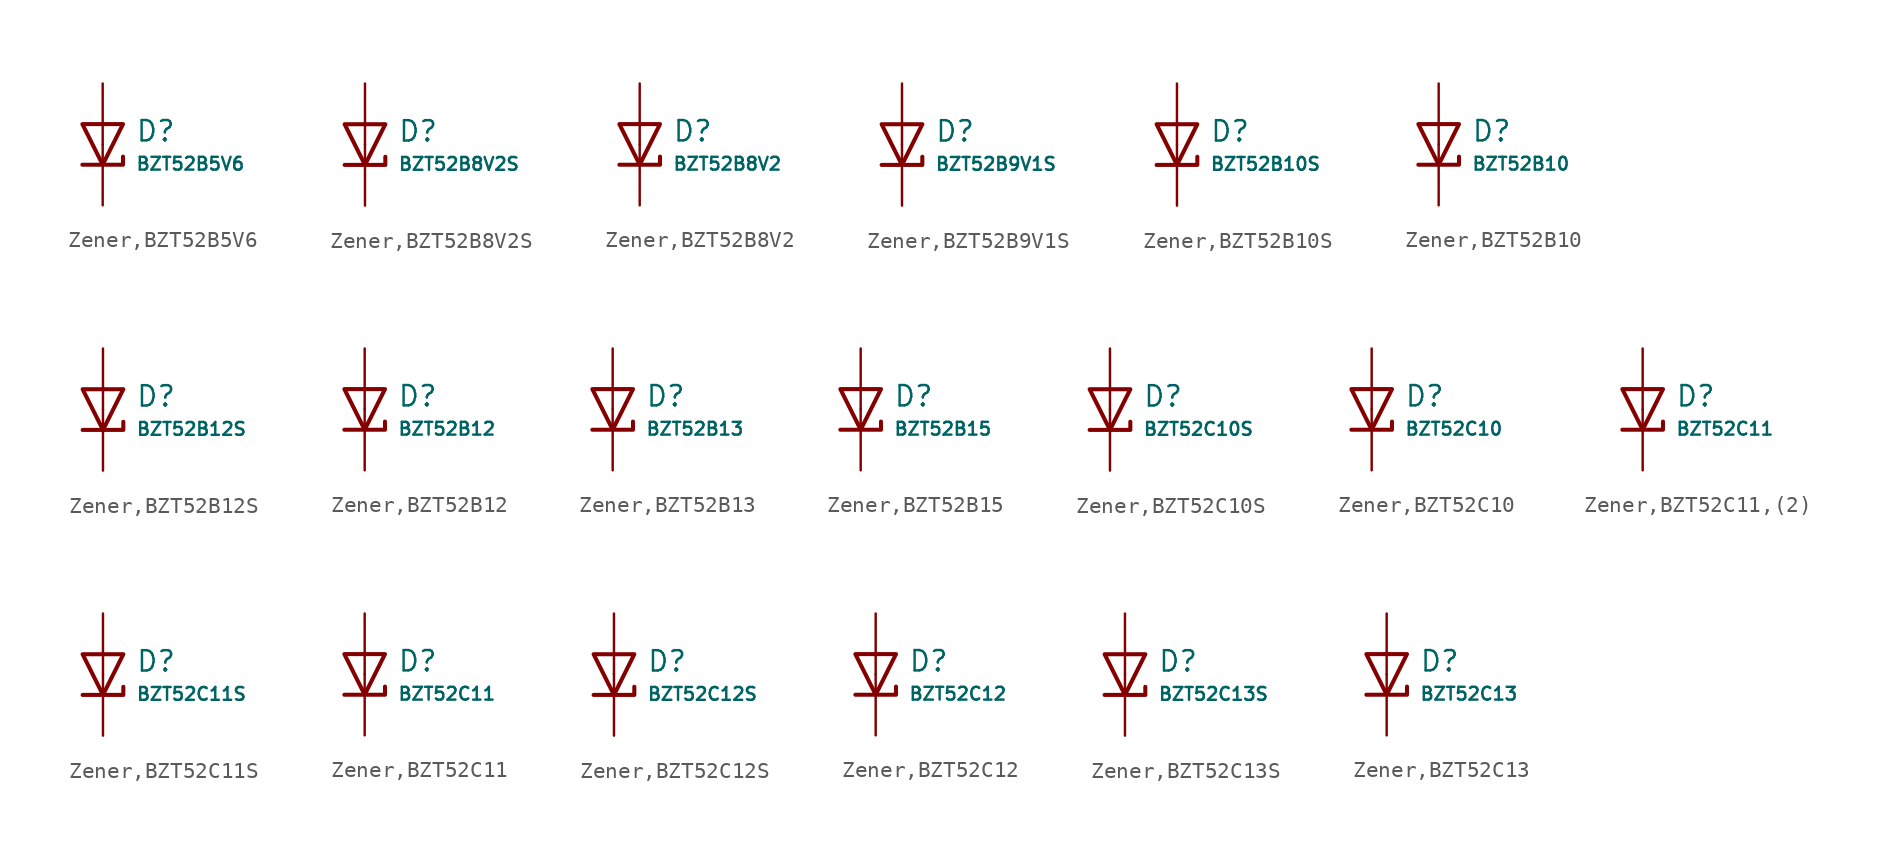
<source format=kicad_sym>
(kicad_symbol_lib
  (version 20231120)
  (generator "CDFER")
  (generator_version "8.0")
  (symbol "Zener,BZT52B5V6"
    (pin_numbers hide)
    (pin_names
      (offset 0))
    (property "Reference" "D"
      (at 2.032 0.834 0)
      (effects (font (size 1.27 1.27)) (justify left)))
    (property "Value" "BZT52B5V6"
      (at 2.032 -1.212 0)
      (effects (font (size 0.8 0.8)) (justify left)))
    (symbol "Zener,BZT52B5V6_0_1"
      (polyline (pts (xy -1.27 1.27) (xy 0.00 -1.27) (xy 1.27 1.27) (xy -1.27 1.27)) (stroke (width 0.254) (type default)) (fill (type none))))
    (symbol "Zener,BZT52B5V6_0_1"
      (polyline (pts (xy -1.27 -1.27) (xy 1.27 -1.27) (xy 1.27 -0.762)) (stroke (width 0.254) (type default)) (fill (type none))))
    (symbol "Zener,BZT52B5V6_1_1"
      (pin passive line (at 0 3.81 270) (length 3.81) (name "~" (effects (font (size 1.27 1.27)))) (number "2" (effects (font (size 1.27 1.27)))))
      (pin passive line (at 0 -3.81 90) (length 3.81) (name "~" (effects (font (size 1.27 1.27)))) (number "1" (effects (font (size 1.27 1.27)))))))
  (symbol "Zener,BZT52B8V2S"
    (pin_numbers hide)
    (pin_names
      (offset 0))
    (property "Reference" "D"
      (at 2.032 0.834 0)
      (effects (font (size 1.27 1.27)) (justify left)))
    (property "Value" "BZT52B8V2S"
      (at 2.032 -1.212 0)
      (effects (font (size 0.8 0.8)) (justify left)))
    (symbol "Zener,BZT52B8V2S_0_1"
      (polyline (pts (xy -1.27 1.27) (xy 0.00 -1.27) (xy 1.27 1.27) (xy -1.27 1.27)) (stroke (width 0.254) (type default)) (fill (type none))))
    (symbol "Zener,BZT52B8V2S_0_1"
      (polyline (pts (xy -1.27 -1.27) (xy 1.27 -1.27) (xy 1.27 -0.762)) (stroke (width 0.254) (type default)) (fill (type none))))
    (symbol "Zener,BZT52B8V2S_1_1"
      (pin passive line (at 0 3.81 270) (length 3.81) (name "~" (effects (font (size 1.27 1.27)))) (number "2" (effects (font (size 1.27 1.27)))))
      (pin passive line (at 0 -3.81 90) (length 3.81) (name "~" (effects (font (size 1.27 1.27)))) (number "1" (effects (font (size 1.27 1.27)))))))
  (symbol "Zener,BZT52B8V2"
    (pin_numbers hide)
    (pin_names
      (offset 0))
    (property "Reference" "D"
      (at 2.032 0.834 0)
      (effects (font (size 1.27 1.27)) (justify left)))
    (property "Value" "BZT52B8V2"
      (at 2.032 -1.212 0)
      (effects (font (size 0.8 0.8)) (justify left)))
    (symbol "Zener,BZT52B8V2_0_1"
      (polyline (pts (xy -1.27 1.27) (xy 0.00 -1.27) (xy 1.27 1.27) (xy -1.27 1.27)) (stroke (width 0.254) (type default)) (fill (type none))))
    (symbol "Zener,BZT52B8V2_0_1"
      (polyline (pts (xy -1.27 -1.27) (xy 1.27 -1.27) (xy 1.27 -0.762)) (stroke (width 0.254) (type default)) (fill (type none))))
    (symbol "Zener,BZT52B8V2_1_1"
      (pin passive line (at 0 3.81 270) (length 3.81) (name "~" (effects (font (size 1.27 1.27)))) (number "2" (effects (font (size 1.27 1.27)))))
      (pin passive line (at 0 -3.81 90) (length 3.81) (name "~" (effects (font (size 1.27 1.27)))) (number "1" (effects (font (size 1.27 1.27)))))))
  (symbol "Zener,BZT52B9V1S"
    (pin_numbers hide)
    (pin_names
      (offset 0))
    (property "Reference" "D"
      (at 2.032 0.834 0)
      (effects (font (size 1.27 1.27)) (justify left)))
    (property "Value" "BZT52B9V1S"
      (at 2.032 -1.212 0)
      (effects (font (size 0.8 0.8)) (justify left)))
    (symbol "Zener,BZT52B9V1S_0_1"
      (polyline (pts (xy -1.27 1.27) (xy 0.00 -1.27) (xy 1.27 1.27) (xy -1.27 1.27)) (stroke (width 0.254) (type default)) (fill (type none))))
    (symbol "Zener,BZT52B9V1S_0_1"
      (polyline (pts (xy -1.27 -1.27) (xy 1.27 -1.27) (xy 1.27 -0.762)) (stroke (width 0.254) (type default)) (fill (type none))))
    (symbol "Zener,BZT52B9V1S_1_1"
      (pin passive line (at 0 3.81 270) (length 3.81) (name "~" (effects (font (size 1.27 1.27)))) (number "2" (effects (font (size 1.27 1.27)))))
      (pin passive line (at 0 -3.81 90) (length 3.81) (name "~" (effects (font (size 1.27 1.27)))) (number "1" (effects (font (size 1.27 1.27)))))))
  (symbol "Zener,BZT52B10S"
    (pin_numbers hide)
    (pin_names
      (offset 0))
    (property "Reference" "D"
      (at 2.032 0.834 0)
      (effects (font (size 1.27 1.27)) (justify left)))
    (property "Value" "BZT52B10S"
      (at 2.032 -1.212 0)
      (effects (font (size 0.8 0.8)) (justify left)))
    (symbol "Zener,BZT52B10S_0_1"
      (polyline (pts (xy -1.27 1.27) (xy 0.00 -1.27) (xy 1.27 1.27) (xy -1.27 1.27)) (stroke (width 0.254) (type default)) (fill (type none))))
    (symbol "Zener,BZT52B10S_0_1"
      (polyline (pts (xy -1.27 -1.27) (xy 1.27 -1.27) (xy 1.27 -0.762)) (stroke (width 0.254) (type default)) (fill (type none))))
    (symbol "Zener,BZT52B10S_1_1"
      (pin passive line (at 0 3.81 270) (length 3.81) (name "~" (effects (font (size 1.27 1.27)))) (number "2" (effects (font (size 1.27 1.27)))))
      (pin passive line (at 0 -3.81 90) (length 3.81) (name "~" (effects (font (size 1.27 1.27)))) (number "1" (effects (font (size 1.27 1.27)))))))
  (symbol "Zener,BZT52B10"
    (pin_numbers hide)
    (pin_names
      (offset 0))
    (property "Reference" "D"
      (at 2.032 0.834 0)
      (effects (font (size 1.27 1.27)) (justify left)))
    (property "Value" "BZT52B10"
      (at 2.032 -1.212 0)
      (effects (font (size 0.8 0.8)) (justify left)))
    (symbol "Zener,BZT52B10_0_1"
      (polyline (pts (xy -1.27 1.27) (xy 0.00 -1.27) (xy 1.27 1.27) (xy -1.27 1.27)) (stroke (width 0.254) (type default)) (fill (type none))))
    (symbol "Zener,BZT52B10_0_1"
      (polyline (pts (xy -1.27 -1.27) (xy 1.27 -1.27) (xy 1.27 -0.762)) (stroke (width 0.254) (type default)) (fill (type none))))
    (symbol "Zener,BZT52B10_1_1"
      (pin passive line (at 0 3.81 270) (length 3.81) (name "~" (effects (font (size 1.27 1.27)))) (number "2" (effects (font (size 1.27 1.27)))))
      (pin passive line (at 0 -3.81 90) (length 3.81) (name "~" (effects (font (size 1.27 1.27)))) (number "1" (effects (font (size 1.27 1.27)))))))
  (symbol "Zener,BZT52B12S"
    (pin_numbers hide)
    (pin_names
      (offset 0))
    (property "Reference" "D"
      (at 2.032 0.834 0)
      (effects (font (size 1.27 1.27)) (justify left)))
    (property "Value" "BZT52B12S"
      (at 2.032 -1.212 0)
      (effects (font (size 0.8 0.8)) (justify left)))
    (symbol "Zener,BZT52B12S_0_1"
      (polyline (pts (xy -1.27 1.27) (xy 0.00 -1.27) (xy 1.27 1.27) (xy -1.27 1.27)) (stroke (width 0.254) (type default)) (fill (type none))))
    (symbol "Zener,BZT52B12S_0_1"
      (polyline (pts (xy -1.27 -1.27) (xy 1.27 -1.27) (xy 1.27 -0.762)) (stroke (width 0.254) (type default)) (fill (type none))))
    (symbol "Zener,BZT52B12S_1_1"
      (pin passive line (at 0 3.81 270) (length 3.81) (name "~" (effects (font (size 1.27 1.27)))) (number "2" (effects (font (size 1.27 1.27)))))
      (pin passive line (at 0 -3.81 90) (length 3.81) (name "~" (effects (font (size 1.27 1.27)))) (number "1" (effects (font (size 1.27 1.27)))))))
  (symbol "Zener,BZT52B12"
    (pin_numbers hide)
    (pin_names
      (offset 0))
    (property "Reference" "D"
      (at 2.032 0.834 0)
      (effects (font (size 1.27 1.27)) (justify left)))
    (property "Value" "BZT52B12"
      (at 2.032 -1.212 0)
      (effects (font (size 0.8 0.8)) (justify left)))
    (symbol "Zener,BZT52B12_0_1"
      (polyline (pts (xy -1.27 1.27) (xy 0.00 -1.27) (xy 1.27 1.27) (xy -1.27 1.27)) (stroke (width 0.254) (type default)) (fill (type none))))
    (symbol "Zener,BZT52B12_0_1"
      (polyline (pts (xy -1.27 -1.27) (xy 1.27 -1.27) (xy 1.27 -0.762)) (stroke (width 0.254) (type default)) (fill (type none))))
    (symbol "Zener,BZT52B12_1_1"
      (pin passive line (at 0 3.81 270) (length 3.81) (name "~" (effects (font (size 1.27 1.27)))) (number "2" (effects (font (size 1.27 1.27)))))
      (pin passive line (at 0 -3.81 90) (length 3.81) (name "~" (effects (font (size 1.27 1.27)))) (number "1" (effects (font (size 1.27 1.27)))))))
  (symbol "Zener,BZT52B13"
    (pin_numbers hide)
    (pin_names
      (offset 0))
    (property "Reference" "D"
      (at 2.032 0.834 0)
      (effects (font (size 1.27 1.27)) (justify left)))
    (property "Value" "BZT52B13"
      (at 2.032 -1.212 0)
      (effects (font (size 0.8 0.8)) (justify left)))
    (symbol "Zener,BZT52B13_0_1"
      (polyline (pts (xy -1.27 1.27) (xy 0.00 -1.27) (xy 1.27 1.27) (xy -1.27 1.27)) (stroke (width 0.254) (type default)) (fill (type none))))
    (symbol "Zener,BZT52B13_0_1"
      (polyline (pts (xy -1.27 -1.27) (xy 1.27 -1.27) (xy 1.27 -0.762)) (stroke (width 0.254) (type default)) (fill (type none))))
    (symbol "Zener,BZT52B13_1_1"
      (pin passive line (at 0 3.81 270) (length 3.81) (name "~" (effects (font (size 1.27 1.27)))) (number "2" (effects (font (size 1.27 1.27)))))
      (pin passive line (at 0 -3.81 90) (length 3.81) (name "~" (effects (font (size 1.27 1.27)))) (number "1" (effects (font (size 1.27 1.27)))))))
  (symbol "Zener,BZT52B15"
    (pin_numbers hide)
    (pin_names
      (offset 0))
    (property "Reference" "D"
      (at 2.032 0.834 0)
      (effects (font (size 1.27 1.27)) (justify left)))
    (property "Value" "BZT52B15"
      (at 2.032 -1.212 0)
      (effects (font (size 0.8 0.8)) (justify left)))
    (symbol "Zener,BZT52B15_0_1"
      (polyline (pts (xy -1.27 1.27) (xy 0.00 -1.27) (xy 1.27 1.27) (xy -1.27 1.27)) (stroke (width 0.254) (type default)) (fill (type none))))
    (symbol "Zener,BZT52B15_0_1"
      (polyline (pts (xy -1.27 -1.27) (xy 1.27 -1.27) (xy 1.27 -0.762)) (stroke (width 0.254) (type default)) (fill (type none))))
    (symbol "Zener,BZT52B15_1_1"
      (pin passive line (at 0 3.81 270) (length 3.81) (name "~" (effects (font (size 1.27 1.27)))) (number "2" (effects (font (size 1.27 1.27)))))
      (pin passive line (at 0 -3.81 90) (length 3.81) (name "~" (effects (font (size 1.27 1.27)))) (number "1" (effects (font (size 1.27 1.27)))))))
  (symbol "Zener,BZT52C10S"
    (pin_numbers hide)
    (pin_names
      (offset 0))
    (property "Reference" "D"
      (at 2.032 0.834 0)
      (effects (font (size 1.27 1.27)) (justify left)))
    (property "Value" "BZT52C10S"
      (at 2.032 -1.212 0)
      (effects (font (size 0.8 0.8)) (justify left)))
    (symbol "Zener,BZT52C10S_0_1"
      (polyline (pts (xy -1.27 1.27) (xy 0.00 -1.27) (xy 1.27 1.27) (xy -1.27 1.27)) (stroke (width 0.254) (type default)) (fill (type none))))
    (symbol "Zener,BZT52C10S_0_1"
      (polyline (pts (xy -1.27 -1.27) (xy 1.27 -1.27) (xy 1.27 -0.762)) (stroke (width 0.254) (type default)) (fill (type none))))
    (symbol "Zener,BZT52C10S_1_1"
      (pin passive line (at 0 3.81 270) (length 3.81) (name "~" (effects (font (size 1.27 1.27)))) (number "2" (effects (font (size 1.27 1.27)))))
      (pin passive line (at 0 -3.81 90) (length 3.81) (name "~" (effects (font (size 1.27 1.27)))) (number "1" (effects (font (size 1.27 1.27)))))))
  (symbol "Zener,BZT52C10"
    (pin_numbers hide)
    (pin_names
      (offset 0))
    (property "Reference" "D"
      (at 2.032 0.834 0)
      (effects (font (size 1.27 1.27)) (justify left)))
    (property "Value" "BZT52C10"
      (at 2.032 -1.212 0)
      (effects (font (size 0.8 0.8)) (justify left)))
    (symbol "Zener,BZT52C10_0_1"
      (polyline (pts (xy -1.27 1.27) (xy 0.00 -1.27) (xy 1.27 1.27) (xy -1.27 1.27)) (stroke (width 0.254) (type default)) (fill (type none))))
    (symbol "Zener,BZT52C10_0_1"
      (polyline (pts (xy -1.27 -1.27) (xy 1.27 -1.27) (xy 1.27 -0.762)) (stroke (width 0.254) (type default)) (fill (type none))))
    (symbol "Zener,BZT52C10_1_1"
      (pin passive line (at 0 3.81 270) (length 3.81) (name "~" (effects (font (size 1.27 1.27)))) (number "2" (effects (font (size 1.27 1.27)))))
      (pin passive line (at 0 -3.81 90) (length 3.81) (name "~" (effects (font (size 1.27 1.27)))) (number "1" (effects (font (size 1.27 1.27)))))))
  (symbol "Zener,BZT52C11,(2)"
    (pin_numbers hide)
    (pin_names
      (offset 0))
    (property "Reference" "D"
      (at 2.032 0.834 0)
      (effects (font (size 1.27 1.27)) (justify left)))
    (property "Value" "BZT52C11"
      (at 2.032 -1.212 0)
      (effects (font (size 0.8 0.8)) (justify left)))
    (symbol "Zener,BZT52C11,(2)_0_1"
      (polyline (pts (xy -1.27 1.27) (xy 0.00 -1.27) (xy 1.27 1.27) (xy -1.27 1.27)) (stroke (width 0.254) (type default)) (fill (type none))))
    (symbol "Zener,BZT52C11,(2)_0_1"
      (polyline (pts (xy -1.27 -1.27) (xy 1.27 -1.27) (xy 1.27 -0.762)) (stroke (width 0.254) (type default)) (fill (type none))))
    (symbol "Zener,BZT52C11,(2)_1_1"
      (pin passive line (at 0 3.81 270) (length 3.81) (name "~" (effects (font (size 1.27 1.27)))) (number "2" (effects (font (size 1.27 1.27)))))
      (pin passive line (at 0 -3.81 90) (length 3.81) (name "~" (effects (font (size 1.27 1.27)))) (number "1" (effects (font (size 1.27 1.27)))))))
  (symbol "Zener,BZT52C11S"
    (pin_numbers hide)
    (pin_names
      (offset 0))
    (property "Reference" "D"
      (at 2.032 0.834 0)
      (effects (font (size 1.27 1.27)) (justify left)))
    (property "Value" "BZT52C11S"
      (at 2.032 -1.212 0)
      (effects (font (size 0.8 0.8)) (justify left)))
    (symbol "Zener,BZT52C11S_0_1"
      (polyline (pts (xy -1.27 1.27) (xy 0.00 -1.27) (xy 1.27 1.27) (xy -1.27 1.27)) (stroke (width 0.254) (type default)) (fill (type none))))
    (symbol "Zener,BZT52C11S_0_1"
      (polyline (pts (xy -1.27 -1.27) (xy 1.27 -1.27) (xy 1.27 -0.762)) (stroke (width 0.254) (type default)) (fill (type none))))
    (symbol "Zener,BZT52C11S_1_1"
      (pin passive line (at 0 3.81 270) (length 3.81) (name "~" (effects (font (size 1.27 1.27)))) (number "2" (effects (font (size 1.27 1.27)))))
      (pin passive line (at 0 -3.81 90) (length 3.81) (name "~" (effects (font (size 1.27 1.27)))) (number "1" (effects (font (size 1.27 1.27)))))))
  (symbol "Zener,BZT52C11"
    (pin_numbers hide)
    (pin_names
      (offset 0))
    (property "Reference" "D"
      (at 2.032 0.834 0)
      (effects (font (size 1.27 1.27)) (justify left)))
    (property "Value" "BZT52C11"
      (at 2.032 -1.212 0)
      (effects (font (size 0.8 0.8)) (justify left)))
    (symbol "Zener,BZT52C11_0_1"
      (polyline (pts (xy -1.27 1.27) (xy 0.00 -1.27) (xy 1.27 1.27) (xy -1.27 1.27)) (stroke (width 0.254) (type default)) (fill (type none))))
    (symbol "Zener,BZT52C11_0_1"
      (polyline (pts (xy -1.27 -1.27) (xy 1.27 -1.27) (xy 1.27 -0.762)) (stroke (width 0.254) (type default)) (fill (type none))))
    (symbol "Zener,BZT52C11_1_1"
      (pin passive line (at 0 3.81 270) (length 3.81) (name "~" (effects (font (size 1.27 1.27)))) (number "2" (effects (font (size 1.27 1.27)))))
      (pin passive line (at 0 -3.81 90) (length 3.81) (name "~" (effects (font (size 1.27 1.27)))) (number "1" (effects (font (size 1.27 1.27)))))))
  (symbol "Zener,BZT52C12S"
    (pin_numbers hide)
    (pin_names
      (offset 0))
    (property "Reference" "D"
      (at 2.032 0.834 0)
      (effects (font (size 1.27 1.27)) (justify left)))
    (property "Value" "BZT52C12S"
      (at 2.032 -1.212 0)
      (effects (font (size 0.8 0.8)) (justify left)))
    (symbol "Zener,BZT52C12S_0_1"
      (polyline (pts (xy -1.27 1.27) (xy 0.00 -1.27) (xy 1.27 1.27) (xy -1.27 1.27)) (stroke (width 0.254) (type default)) (fill (type none))))
    (symbol "Zener,BZT52C12S_0_1"
      (polyline (pts (xy -1.27 -1.27) (xy 1.27 -1.27) (xy 1.27 -0.762)) (stroke (width 0.254) (type default)) (fill (type none))))
    (symbol "Zener,BZT52C12S_1_1"
      (pin passive line (at 0 3.81 270) (length 3.81) (name "~" (effects (font (size 1.27 1.27)))) (number "2" (effects (font (size 1.27 1.27)))))
      (pin passive line (at 0 -3.81 90) (length 3.81) (name "~" (effects (font (size 1.27 1.27)))) (number "1" (effects (font (size 1.27 1.27)))))))
  (symbol "Zener,BZT52C12"
    (pin_numbers hide)
    (pin_names
      (offset 0))
    (property "Reference" "D"
      (at 2.032 0.834 0)
      (effects (font (size 1.27 1.27)) (justify left)))
    (property "Value" "BZT52C12"
      (at 2.032 -1.212 0)
      (effects (font (size 0.8 0.8)) (justify left)))
    (symbol "Zener,BZT52C12_0_1"
      (polyline (pts (xy -1.27 1.27) (xy 0.00 -1.27) (xy 1.27 1.27) (xy -1.27 1.27)) (stroke (width 0.254) (type default)) (fill (type none))))
    (symbol "Zener,BZT52C12_0_1"
      (polyline (pts (xy -1.27 -1.27) (xy 1.27 -1.27) (xy 1.27 -0.762)) (stroke (width 0.254) (type default)) (fill (type none))))
    (symbol "Zener,BZT52C12_1_1"
      (pin passive line (at 0 3.81 270) (length 3.81) (name "~" (effects (font (size 1.27 1.27)))) (number "2" (effects (font (size 1.27 1.27)))))
      (pin passive line (at 0 -3.81 90) (length 3.81) (name "~" (effects (font (size 1.27 1.27)))) (number "1" (effects (font (size 1.27 1.27)))))))
  (symbol "Zener,BZT52C13S"
    (pin_numbers hide)
    (pin_names
      (offset 0))
    (property "Reference" "D"
      (at 2.032 0.834 0)
      (effects (font (size 1.27 1.27)) (justify left)))
    (property "Value" "BZT52C13S"
      (at 2.032 -1.212 0)
      (effects (font (size 0.8 0.8)) (justify left)))
    (symbol "Zener,BZT52C13S_0_1"
      (polyline (pts (xy -1.27 1.27) (xy 0.00 -1.27) (xy 1.27 1.27) (xy -1.27 1.27)) (stroke (width 0.254) (type default)) (fill (type none))))
    (symbol "Zener,BZT52C13S_0_1"
      (polyline (pts (xy -1.27 -1.27) (xy 1.27 -1.27) (xy 1.27 -0.762)) (stroke (width 0.254) (type default)) (fill (type none))))
    (symbol "Zener,BZT52C13S_1_1"
      (pin passive line (at 0 3.81 270) (length 3.81) (name "~" (effects (font (size 1.27 1.27)))) (number "2" (effects (font (size 1.27 1.27)))))
      (pin passive line (at 0 -3.81 90) (length 3.81) (name "~" (effects (font (size 1.27 1.27)))) (number "1" (effects (font (size 1.27 1.27)))))))
  (symbol "Zener,BZT52C13"
    (pin_numbers hide)
    (pin_names
      (offset 0))
    (property "Reference" "D"
      (at 2.032 0.834 0)
      (effects (font (size 1.27 1.27)) (justify left)))
    (property "Value" "BZT52C13"
      (at 2.032 -1.212 0)
      (effects (font (size 0.8 0.8)) (justify left)))
    (symbol "Zener,BZT52C13_0_1"
      (polyline (pts (xy -1.27 1.27) (xy 0.00 -1.27) (xy 1.27 1.27) (xy -1.27 1.27)) (stroke (width 0.254) (type default)) (fill (type none))))
    (symbol "Zener,BZT52C13_0_1"
      (polyline (pts (xy -1.27 -1.27) (xy 1.27 -1.27) (xy 1.27 -0.762)) (stroke (width 0.254) (type default)) (fill (type none))))
    (symbol "Zener,BZT52C13_1_1"
      (pin passive line (at 0 3.81 270) (length 3.81) (name "~" (effects (font (size 1.27 1.27)))) (number "2" (effects (font (size 1.27 1.27)))))
      (pin passive line (at 0 -3.81 90) (length 3.81) (name "~" (effects (font (size 1.27 1.27)))) (number "1" (effects (font (size 1.27 1.27))))))))
</source>
